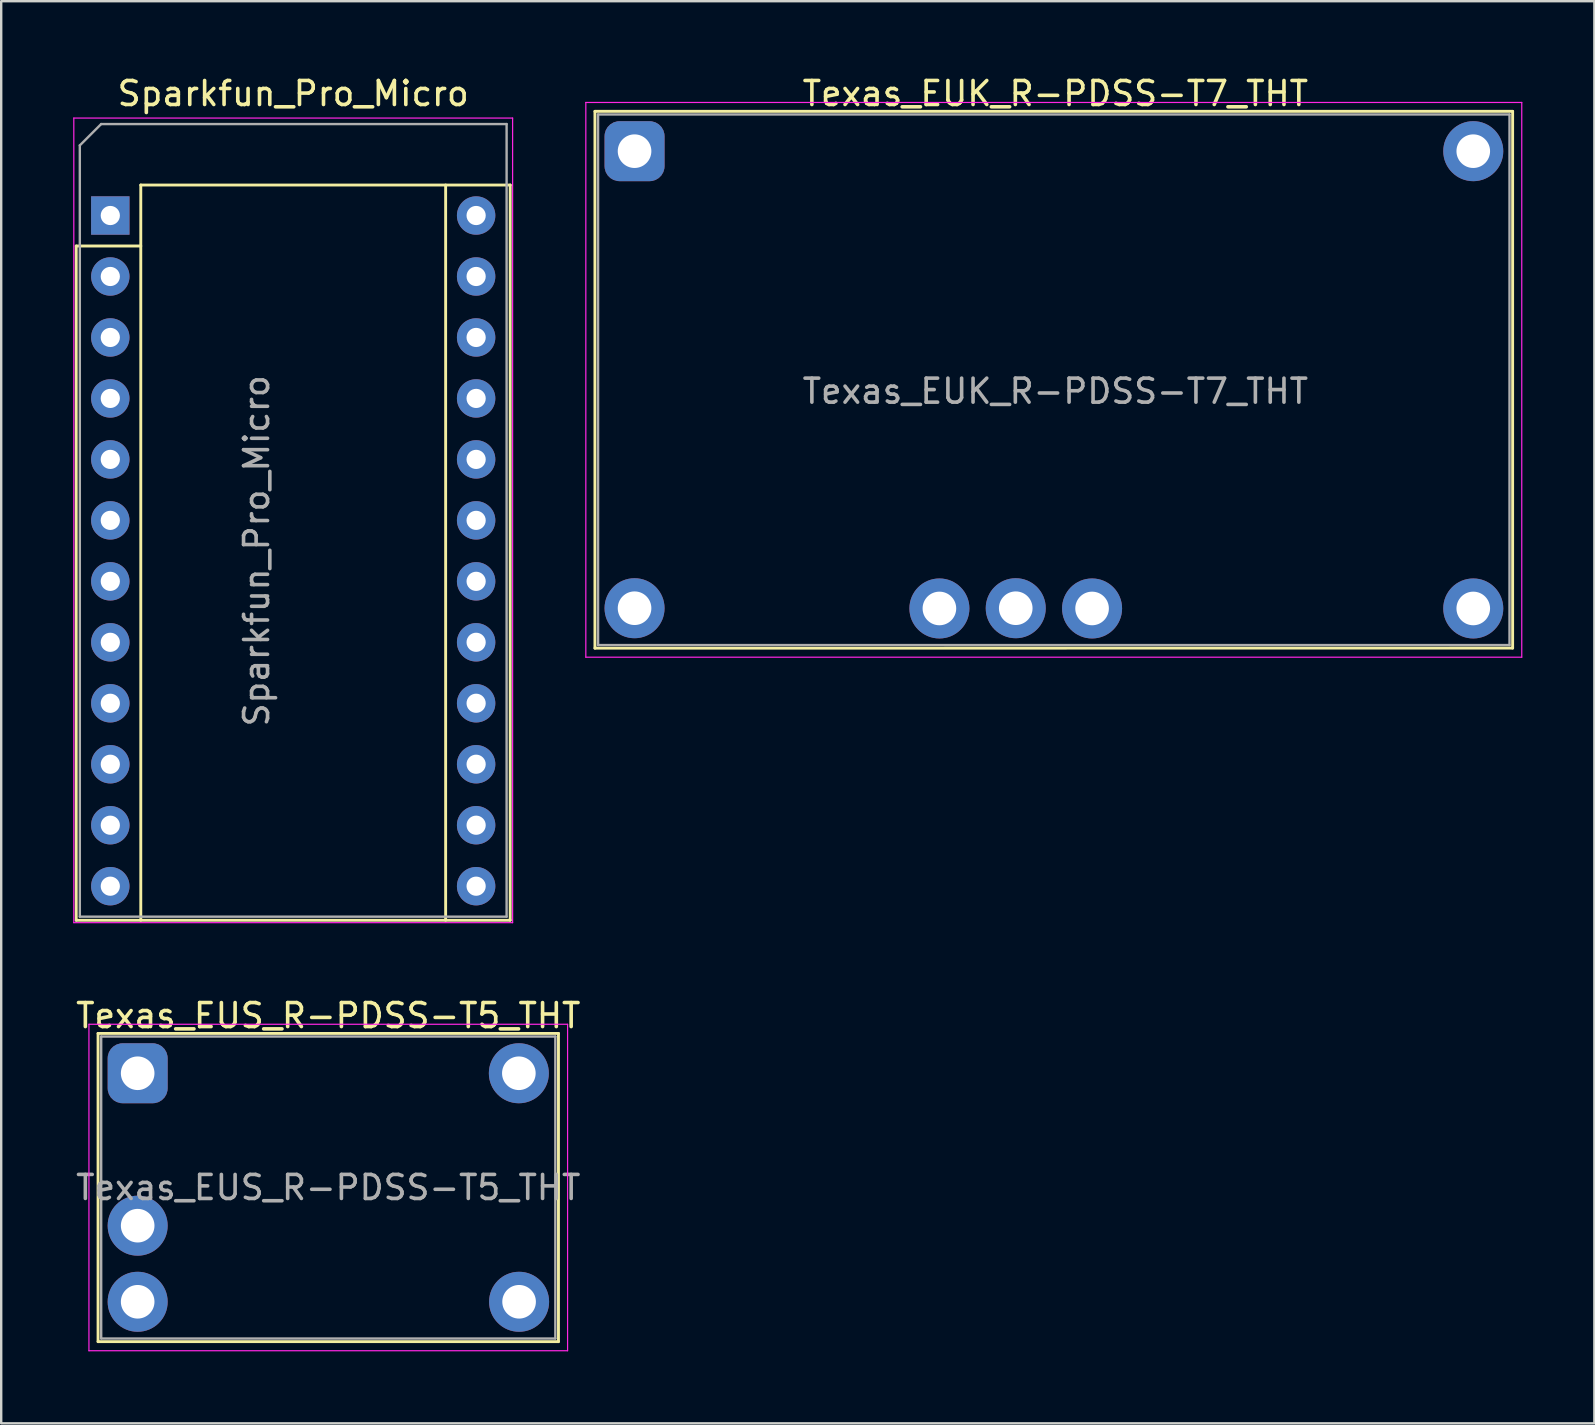
<source format=kicad_pcb>
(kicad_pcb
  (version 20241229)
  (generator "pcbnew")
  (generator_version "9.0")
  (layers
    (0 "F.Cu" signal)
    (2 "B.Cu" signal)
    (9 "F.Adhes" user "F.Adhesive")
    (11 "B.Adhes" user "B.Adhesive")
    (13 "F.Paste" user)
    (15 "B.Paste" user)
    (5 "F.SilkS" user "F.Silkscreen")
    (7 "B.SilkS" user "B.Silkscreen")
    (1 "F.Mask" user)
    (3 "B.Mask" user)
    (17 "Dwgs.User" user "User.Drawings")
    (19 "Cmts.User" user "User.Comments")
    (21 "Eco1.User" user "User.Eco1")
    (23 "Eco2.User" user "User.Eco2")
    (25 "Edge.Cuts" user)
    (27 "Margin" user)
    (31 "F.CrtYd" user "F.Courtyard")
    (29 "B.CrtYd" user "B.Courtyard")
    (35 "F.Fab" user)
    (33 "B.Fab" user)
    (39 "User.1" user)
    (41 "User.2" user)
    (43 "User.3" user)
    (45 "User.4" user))
  (footprint "Texas_EUK_R-PDSS-T7_THT"
    (layer "F.Cu")
    (at 23.385 3.248)
    (property "Reference" "Texas_EUK_R-PDSS-T7_THT" (at 17.53 -2.4 0) (layer "F.SilkS") (effects (font (size 1 1) (thickness 0.15))))
    (attr through_hole)
    (fp_line (start -1.65 -1.66) (end -1.65 20.705) (stroke (width 0.12) (type solid)) (layer "F.SilkS"))
    (fp_line (start -1.65 -1.66) (end 36.58 -1.66) (stroke (width 0.12) (type solid)) (layer "F.SilkS"))
    (fp_line (start -1.65 20.705) (end 36.58 20.7) (stroke (width 0.12) (type solid)) (layer "F.SilkS"))
    (fp_line (start 36.58 -1.66) (end 36.58 20.7) (stroke (width 0.12) (type solid)) (layer "F.SilkS"))
    (fp_line (start -2.03 21.08) (end -2.03 -2.03) (stroke (width 0.05) (type solid)) (layer "F.CrtYd"))
    (fp_line (start -2.03 21.08) (end 36.96 21.08) (stroke (width 0.05) (type solid)) (layer "F.CrtYd"))
    (fp_line (start 36.96 -2.03) (end -2.03 -2.03) (stroke (width 0.05) (type solid)) (layer "F.CrtYd"))
    (fp_line (start 36.96 -2.03) (end 36.96 21.08) (stroke (width 0.05) (type solid)) (layer "F.CrtYd"))
    (fp_line (start -1.52 20.575) (end -1.52 -1.53) (stroke (width 0.1) (type solid)) (layer "F.Fab"))
    (fp_line (start 36.45 -1.53) (end -1.52 -1.53) (stroke (width 0.1) (type solid)) (layer "F.Fab"))
    (fp_line (start 36.45 20.575) (end -1.52 20.575) (stroke (width 0.1) (type solid)) (layer "F.Fab"))
    (fp_line (start 36.45 20.575) (end 36.45 -1.53) (stroke (width 0.1) (type solid)) (layer "F.Fab"))
    (fp_text user "${REFERENCE}" (at 17.53 10 0) (layer "F.Fab") (effects (font (size 1 1) (thickness 0.15))))
    (pad "1" thru_hole roundrect (at 0 0) (size 2.5 2.5) (drill 1.4) (layers "*.Cu" "*.Mask") (roundrect_rratio 0.25))
    (pad "2" thru_hole circle (at 0 19.04) (size 2.5 2.5) (drill 1.4) (layers "*.Cu" "*.Mask"))
    (pad "3" thru_hole circle (at 12.7 19.05) (size 2.5 2.5) (drill 1.4) (layers "*.Cu" "*.Mask"))
    (pad "4" thru_hole circle (at 15.88 19.04) (size 2.5 2.5) (drill 1.4) (layers "*.Cu" "*.Mask"))
    (pad "5" thru_hole circle (at 19.06 19.05) (size 2.5 2.5) (drill 1.4) (layers "*.Cu" "*.Mask"))
    (pad "6" thru_hole circle (at 34.94 19.05) (size 2.5 2.5) (drill 1.4) (layers "*.Cu" "*.Mask"))
    (pad "7" thru_hole circle (at 34.94 0) (size 2.5 2.5) (drill 1.4) (layers "*.Cu" "*.Mask")))
  (footprint "Texas_EUS_R-PDSS-T5_THT"
    (layer "F.Cu")
    (at 2.685 41.661)
    (property "Reference" "Texas_EUS_R-PDSS-T5_THT" (at 7.94 -2.4 0) (layer "F.SilkS") (effects (font (size 1 1) (thickness 0.15))))
    (attr through_hole)
    (fp_line (start -1.65 -1.66) (end -1.65 11.18) (stroke (width 0.12) (type solid)) (layer "F.SilkS"))
    (fp_line (start -1.65 -1.66) (end 17.53 -1.66) (stroke (width 0.12) (type solid)) (layer "F.SilkS"))
    (fp_line (start -1.65 11.18) (end 17.53 11.18) (stroke (width 0.12) (type solid)) (layer "F.SilkS"))
    (fp_line (start 17.53 -1.66) (end 17.53 11.18) (stroke (width 0.12) (type solid)) (layer "F.SilkS"))
    (fp_line (start -2.03 11.56) (end -2.03 -2.04) (stroke (width 0.05) (type solid)) (layer "F.CrtYd"))
    (fp_line (start -2.03 11.56) (end 17.91 11.56) (stroke (width 0.05) (type solid)) (layer "F.CrtYd"))
    (fp_line (start 17.91 -2.04) (end -2.03 -2.04) (stroke (width 0.05) (type solid)) (layer "F.CrtYd"))
    (fp_line (start 17.91 -2.04) (end 17.91 11.56) (stroke (width 0.05) (type solid)) (layer "F.CrtYd"))
    (fp_line (start -1.52 11.05) (end -1.52 -1.53) (stroke (width 0.1) (type solid)) (layer "F.Fab"))
    (fp_line (start -1.52 11.05) (end 17.4 11.05) (stroke (width 0.1) (type solid)) (layer "F.Fab"))
    (fp_line (start 17.4 -1.53) (end -1.52 -1.53) (stroke (width 0.1) (type solid)) (layer "F.Fab"))
    (fp_line (start 17.4 -1.53) (end 17.4 11.05) (stroke (width 0.1) (type solid)) (layer "F.Fab"))
    (fp_text user "${REFERENCE}" (at 7.94 4.76 0) (layer "F.Fab") (effects (font (size 1 1) (thickness 0.15))))
    (pad "1" thru_hole roundrect (at 0 0) (size 2.5 2.5) (drill 1.4) (layers "*.Cu" "*.Mask") (roundrect_rratio 0.25))
    (pad "2" thru_hole circle (at 0 6.35) (size 2.5 2.5) (drill 1.4) (layers "*.Cu" "*.Mask"))
    (pad "3" thru_hole circle (at 0 9.52) (size 2.5 2.5) (drill 1.4) (layers "*.Cu" "*.Mask"))
    (pad "4" thru_hole circle (at 15.89 9.52) (size 2.5 2.5) (drill 1.4) (layers "*.Cu" "*.Mask"))
    (pad "5" thru_hole circle (at 15.88 0) (size 2.5 2.5) (drill 1.4) (layers "*.Cu" "*.Mask")))
  (footprint "Sparkfun_Pro_Micro"
    (layer "F.Cu")
    (at 1.545 5.928)
    (property "Reference" "Sparkfun_Pro_Micro" (at 7.62 -5.08 0) (layer "F.SilkS") (effects (font (size 1 1) (thickness 0.15))))
    (attr through_hole)
    (fp_line (start -1.42 1.27) (end -1.42 29.36) (stroke (width 0.12) (type solid)) (layer "F.SilkS"))
    (fp_line (start -1.42 29.36) (end 16.66 29.36) (stroke (width 0.12) (type solid)) (layer "F.SilkS"))
    (fp_line (start 1.27 -1.27) (end 1.27 29.36) (stroke (width 0.12) (type solid)) (layer "F.SilkS"))
    (fp_line (start 1.27 1.27) (end -1.42 1.27) (stroke (width 0.12) (type solid)) (layer "F.SilkS"))
    (fp_line (start 13.97 -1.27) (end 13.97 29.36) (stroke (width 0.12) (type solid)) (layer "F.SilkS"))
    (fp_line (start 16.66 -1.27) (end 1.27 -1.27) (stroke (width 0.12) (type solid)) (layer "F.SilkS"))
    (fp_line (start 16.66 29.36) (end 16.66 -1.27) (stroke (width 0.12) (type solid)) (layer "F.SilkS"))
    (fp_line (start -1.52 -4.06) (end -1.52 29.46) (stroke (width 0.05) (type solid)) (layer "F.CrtYd"))
    (fp_line (start -1.52 -4.06) (end 16.76 -4.06) (stroke (width 0.05) (type solid)) (layer "F.CrtYd"))
    (fp_line (start 16.76 29.46) (end -1.52 29.46) (stroke (width 0.05) (type solid)) (layer "F.CrtYd"))
    (fp_line (start 16.76 29.46) (end 16.76 -4.06) (stroke (width 0.05) (type solid)) (layer "F.CrtYd"))
    (fp_line (start -1.27 29.21) (end -1.27 -2.921) (stroke (width 0.1) (type solid)) (layer "F.Fab"))
    (fp_line (start -0.381 -3.81) (end -1.27 -2.921) (stroke (width 0.1) (type solid)) (layer "F.Fab"))
    (fp_line (start -0.381 -3.81) (end 16.51 -3.81) (stroke (width 0.1) (type solid)) (layer "F.Fab"))
    (fp_line (start 16.51 -3.81) (end 16.51 29.21) (stroke (width 0.1) (type solid)) (layer "F.Fab"))
    (fp_line (start 16.51 29.21) (end -1.27 29.21) (stroke (width 0.1) (type solid)) (layer "F.Fab"))
    (fp_text user "${REFERENCE}" (at 6.096 13.97 90) (layer "F.Fab") (effects (font (size 1 1) (thickness 0.15))))
    (pad "1" thru_hole rect (at 0 0) (size 1.6 1.6) (drill 0.8) (layers "*.Cu" "*.Mask"))
    (pad "2" thru_hole oval (at 0 2.54) (size 1.6 1.6) (drill 0.8) (layers "*.Cu" "*.Mask"))
    (pad "3" thru_hole oval (at 0 5.08) (size 1.6 1.6) (drill 0.8) (layers "*.Cu" "*.Mask"))
    (pad "4" thru_hole oval (at 0 7.62) (size 1.6 1.6) (drill 0.8) (layers "*.Cu" "*.Mask"))
    (pad "5" thru_hole oval (at 0 10.16) (size 1.6 1.6) (drill 0.8) (layers "*.Cu" "*.Mask"))
    (pad "6" thru_hole oval (at 0 12.7) (size 1.6 1.6) (drill 0.8) (layers "*.Cu" "*.Mask"))
    (pad "7" thru_hole oval (at 0 15.24) (size 1.6 1.6) (drill 0.8) (layers "*.Cu" "*.Mask"))
    (pad "8" thru_hole oval (at 0 17.78) (size 1.6 1.6) (drill 0.8) (layers "*.Cu" "*.Mask"))
    (pad "9" thru_hole oval (at 0 20.32) (size 1.6 1.6) (drill 0.8) (layers "*.Cu" "*.Mask"))
    (pad "10" thru_hole oval (at 0 22.86) (size 1.6 1.6) (drill 0.8) (layers "*.Cu" "*.Mask"))
    (pad "11" thru_hole oval (at 0 25.4) (size 1.6 1.6) (drill 0.8) (layers "*.Cu" "*.Mask"))
    (pad "12" thru_hole oval (at 0 27.94) (size 1.6 1.6) (drill 0.8) (layers "*.Cu" "*.Mask"))
    (pad "13" thru_hole oval (at 15.24 27.94) (size 1.6 1.6) (drill 0.8) (layers "*.Cu" "*.Mask"))
    (pad "14" thru_hole oval (at 15.24 25.4) (size 1.6 1.6) (drill 0.8) (layers "*.Cu" "*.Mask"))
    (pad "15" thru_hole oval (at 15.24 22.86) (size 1.6 1.6) (drill 0.8) (layers "*.Cu" "*.Mask"))
    (pad "16" thru_hole oval (at 15.24 20.32) (size 1.6 1.6) (drill 0.8) (layers "*.Cu" "*.Mask"))
    (pad "17" thru_hole oval (at 15.24 17.78) (size 1.6 1.6) (drill 0.8) (layers "*.Cu" "*.Mask"))
    (pad "18" thru_hole oval (at 15.24 15.24) (size 1.6 1.6) (drill 0.8) (layers "*.Cu" "*.Mask"))
    (pad "19" thru_hole oval (at 15.24 12.7) (size 1.6 1.6) (drill 0.8) (layers "*.Cu" "*.Mask"))
    (pad "20" thru_hole oval (at 15.24 10.16) (size 1.6 1.6) (drill 0.8) (layers "*.Cu" "*.Mask"))
    (pad "21" thru_hole oval (at 15.24 7.62) (size 1.6 1.6) (drill 0.8) (layers "*.Cu" "*.Mask"))
    (pad "22" thru_hole oval (at 15.24 5.08) (size 1.6 1.6) (drill 0.8) (layers "*.Cu" "*.Mask"))
    (pad "23" thru_hole oval (at 15.24 2.54) (size 1.6 1.6) (drill 0.8) (layers "*.Cu" "*.Mask"))
    (pad "24" thru_hole oval (at 15.24 0) (size 1.6 1.6) (drill 0.8) (layers "*.Cu" "*.Mask")))
  (gr_rect
    (start -3 -3)
    (end 63.37 56.246)
    (stroke (width 0.1) (type default))
    (fill no)
    (layer "Edge.Cuts")))
</source>
